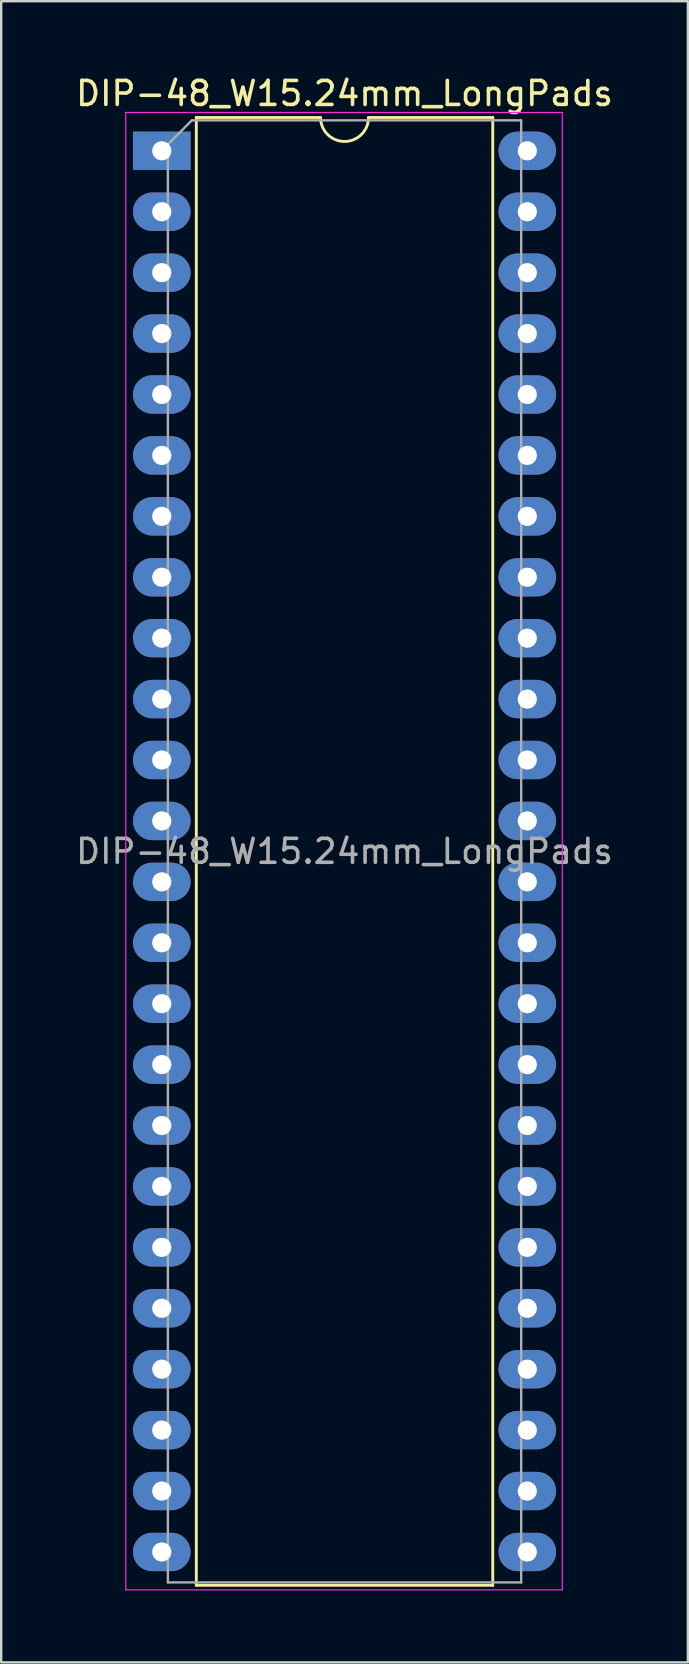
<source format=kicad_pcb>
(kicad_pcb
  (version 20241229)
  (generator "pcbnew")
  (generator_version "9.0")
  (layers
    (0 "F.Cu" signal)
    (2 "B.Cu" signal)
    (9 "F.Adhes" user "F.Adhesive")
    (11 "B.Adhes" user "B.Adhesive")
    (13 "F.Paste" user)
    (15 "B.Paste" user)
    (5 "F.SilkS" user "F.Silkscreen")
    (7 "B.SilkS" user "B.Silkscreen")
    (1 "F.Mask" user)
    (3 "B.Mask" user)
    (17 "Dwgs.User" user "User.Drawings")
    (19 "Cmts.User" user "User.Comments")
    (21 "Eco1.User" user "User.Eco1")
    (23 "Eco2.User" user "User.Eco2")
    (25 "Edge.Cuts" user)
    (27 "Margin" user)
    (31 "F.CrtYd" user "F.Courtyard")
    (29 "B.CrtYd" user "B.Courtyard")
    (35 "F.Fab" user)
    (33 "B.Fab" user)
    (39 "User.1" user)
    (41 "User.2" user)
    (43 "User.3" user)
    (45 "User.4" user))
  (footprint "DIP-48_W15.24mm_LongPads"
    (layer "F.Cu")
    (at 3.695 3.238)
    (property "Reference" "DIP-48_W15.24mm_LongPads" (at 7.62 -2.39 0) (layer "F.SilkS") (effects (font (size 1 1) (thickness 0.15))))
    (attr through_hole)
    (fp_line (start 1.44 -1.39) (end 1.44 59.81) (stroke (width 0.12) (type solid)) (layer "F.SilkS"))
    (fp_line (start 1.44 59.81) (end 13.8 59.81) (stroke (width 0.12) (type solid)) (layer "F.SilkS"))
    (fp_line (start 6.62 -1.39) (end 1.44 -1.39) (stroke (width 0.12) (type solid)) (layer "F.SilkS"))
    (fp_line (start 13.8 -1.39) (end 8.62 -1.39) (stroke (width 0.12) (type solid)) (layer "F.SilkS"))
    (fp_line (start 13.8 59.81) (end 13.8 -1.39) (stroke (width 0.12) (type solid)) (layer "F.SilkS"))
    (fp_arc (start 8.62 -1.39) (mid 7.62 -0.39) (end 6.62 -1.39) (stroke (width 0.12) (type solid)) (layer "F.SilkS"))
    (fp_line (start -1.5 -1.6) (end -1.5 60) (stroke (width 0.05) (type solid)) (layer "F.CrtYd"))
    (fp_line (start -1.5 60) (end 16.7 60) (stroke (width 0.05) (type solid)) (layer "F.CrtYd"))
    (fp_line (start 16.7 -1.6) (end -1.5 -1.6) (stroke (width 0.05) (type solid)) (layer "F.CrtYd"))
    (fp_line (start 16.7 60) (end 16.7 -1.6) (stroke (width 0.05) (type solid)) (layer "F.CrtYd"))
    (fp_line (start 0.255 -0.27) (end 1.255 -1.27) (stroke (width 0.1) (type solid)) (layer "F.Fab"))
    (fp_line (start 0.255 59.69) (end 0.255 -0.27) (stroke (width 0.1) (type solid)) (layer "F.Fab"))
    (fp_line (start 1.255 -1.27) (end 14.985 -1.27) (stroke (width 0.1) (type solid)) (layer "F.Fab"))
    (fp_line (start 14.985 -1.27) (end 14.985 59.69) (stroke (width 0.1) (type solid)) (layer "F.Fab"))
    (fp_line (start 14.985 59.69) (end 0.255 59.69) (stroke (width 0.1) (type solid)) (layer "F.Fab"))
    (fp_text user "${REFERENCE}" (at 7.62 29.21 0) (layer "F.Fab") (effects (font (size 1 1) (thickness 0.15))))
    (pad "1" thru_hole rect (at 0 0) (size 2.4 1.6) (drill 0.8) (layers "*.Cu" "*.Mask"))
    (pad "2" thru_hole oval (at 0 2.54) (size 2.4 1.6) (drill 0.8) (layers "*.Cu" "*.Mask"))
    (pad "3" thru_hole oval (at 0 5.08) (size 2.4 1.6) (drill 0.8) (layers "*.Cu" "*.Mask"))
    (pad "4" thru_hole oval (at 0 7.62) (size 2.4 1.6) (drill 0.8) (layers "*.Cu" "*.Mask"))
    (pad "5" thru_hole oval (at 0 10.16) (size 2.4 1.6) (drill 0.8) (layers "*.Cu" "*.Mask"))
    (pad "6" thru_hole oval (at 0 12.7) (size 2.4 1.6) (drill 0.8) (layers "*.Cu" "*.Mask"))
    (pad "7" thru_hole oval (at 0 15.24) (size 2.4 1.6) (drill 0.8) (layers "*.Cu" "*.Mask"))
    (pad "8" thru_hole oval (at 0 17.78) (size 2.4 1.6) (drill 0.8) (layers "*.Cu" "*.Mask"))
    (pad "9" thru_hole oval (at 0 20.32) (size 2.4 1.6) (drill 0.8) (layers "*.Cu" "*.Mask"))
    (pad "10" thru_hole oval (at 0 22.86) (size 2.4 1.6) (drill 0.8) (layers "*.Cu" "*.Mask"))
    (pad "11" thru_hole oval (at 0 25.4) (size 2.4 1.6) (drill 0.8) (layers "*.Cu" "*.Mask"))
    (pad "12" thru_hole oval (at 0 27.94) (size 2.4 1.6) (drill 0.8) (layers "*.Cu" "*.Mask"))
    (pad "13" thru_hole oval (at 0 30.48) (size 2.4 1.6) (drill 0.8) (layers "*.Cu" "*.Mask"))
    (pad "14" thru_hole oval (at 0 33.02) (size 2.4 1.6) (drill 0.8) (layers "*.Cu" "*.Mask"))
    (pad "15" thru_hole oval (at 0 35.56) (size 2.4 1.6) (drill 0.8) (layers "*.Cu" "*.Mask"))
    (pad "16" thru_hole oval (at 0 38.1) (size 2.4 1.6) (drill 0.8) (layers "*.Cu" "*.Mask"))
    (pad "17" thru_hole oval (at 0 40.64) (size 2.4 1.6) (drill 0.8) (layers "*.Cu" "*.Mask"))
    (pad "18" thru_hole oval (at 0 43.18) (size 2.4 1.6) (drill 0.8) (layers "*.Cu" "*.Mask"))
    (pad "19" thru_hole oval (at 0 45.72) (size 2.4 1.6) (drill 0.8) (layers "*.Cu" "*.Mask"))
    (pad "20" thru_hole oval (at 0 48.26) (size 2.4 1.6) (drill 0.8) (layers "*.Cu" "*.Mask"))
    (pad "21" thru_hole oval (at 0 50.8) (size 2.4 1.6) (drill 0.8) (layers "*.Cu" "*.Mask"))
    (pad "22" thru_hole oval (at 0 53.34) (size 2.4 1.6) (drill 0.8) (layers "*.Cu" "*.Mask"))
    (pad "23" thru_hole oval (at 0 55.88) (size 2.4 1.6) (drill 0.8) (layers "*.Cu" "*.Mask"))
    (pad "24" thru_hole oval (at 0 58.42) (size 2.4 1.6) (drill 0.8) (layers "*.Cu" "*.Mask"))
    (pad "25" thru_hole oval (at 15.24 58.42) (size 2.4 1.6) (drill 0.8) (layers "*.Cu" "*.Mask"))
    (pad "26" thru_hole oval (at 15.24 55.88) (size 2.4 1.6) (drill 0.8) (layers "*.Cu" "*.Mask"))
    (pad "27" thru_hole oval (at 15.24 53.34) (size 2.4 1.6) (drill 0.8) (layers "*.Cu" "*.Mask"))
    (pad "28" thru_hole oval (at 15.24 50.8) (size 2.4 1.6) (drill 0.8) (layers "*.Cu" "*.Mask"))
    (pad "29" thru_hole oval (at 15.24 48.26) (size 2.4 1.6) (drill 0.8) (layers "*.Cu" "*.Mask"))
    (pad "30" thru_hole oval (at 15.24 45.72) (size 2.4 1.6) (drill 0.8) (layers "*.Cu" "*.Mask"))
    (pad "31" thru_hole oval (at 15.24 43.18) (size 2.4 1.6) (drill 0.8) (layers "*.Cu" "*.Mask"))
    (pad "32" thru_hole oval (at 15.24 40.64) (size 2.4 1.6) (drill 0.8) (layers "*.Cu" "*.Mask"))
    (pad "33" thru_hole oval (at 15.24 38.1) (size 2.4 1.6) (drill 0.8) (layers "*.Cu" "*.Mask"))
    (pad "34" thru_hole oval (at 15.24 35.56) (size 2.4 1.6) (drill 0.8) (layers "*.Cu" "*.Mask"))
    (pad "35" thru_hole oval (at 15.24 33.02) (size 2.4 1.6) (drill 0.8) (layers "*.Cu" "*.Mask"))
    (pad "36" thru_hole oval (at 15.24 30.48) (size 2.4 1.6) (drill 0.8) (layers "*.Cu" "*.Mask"))
    (pad "37" thru_hole oval (at 15.24 27.94) (size 2.4 1.6) (drill 0.8) (layers "*.Cu" "*.Mask"))
    (pad "38" thru_hole oval (at 15.24 25.4) (size 2.4 1.6) (drill 0.8) (layers "*.Cu" "*.Mask"))
    (pad "39" thru_hole oval (at 15.24 22.86) (size 2.4 1.6) (drill 0.8) (layers "*.Cu" "*.Mask"))
    (pad "40" thru_hole oval (at 15.24 20.32) (size 2.4 1.6) (drill 0.8) (layers "*.Cu" "*.Mask"))
    (pad "41" thru_hole oval (at 15.24 17.78) (size 2.4 1.6) (drill 0.8) (layers "*.Cu" "*.Mask"))
    (pad "42" thru_hole oval (at 15.24 15.24) (size 2.4 1.6) (drill 0.8) (layers "*.Cu" "*.Mask"))
    (pad "43" thru_hole oval (at 15.24 12.7) (size 2.4 1.6) (drill 0.8) (layers "*.Cu" "*.Mask"))
    (pad "44" thru_hole oval (at 15.24 10.16) (size 2.4 1.6) (drill 0.8) (layers "*.Cu" "*.Mask"))
    (pad "45" thru_hole oval (at 15.24 7.62) (size 2.4 1.6) (drill 0.8) (layers "*.Cu" "*.Mask"))
    (pad "46" thru_hole oval (at 15.24 5.08) (size 2.4 1.6) (drill 0.8) (layers "*.Cu" "*.Mask"))
    (pad "47" thru_hole oval (at 15.24 2.54) (size 2.4 1.6) (drill 0.8) (layers "*.Cu" "*.Mask"))
    (pad "48" thru_hole oval (at 15.24 0) (size 2.4 1.6) (drill 0.8) (layers "*.Cu" "*.Mask")))
  (gr_rect
    (start -3 -3)
    (end 25.631 66.263)
    (stroke (width 0.1) (type default))
    (fill no)
    (layer "Edge.Cuts")))
</source>
